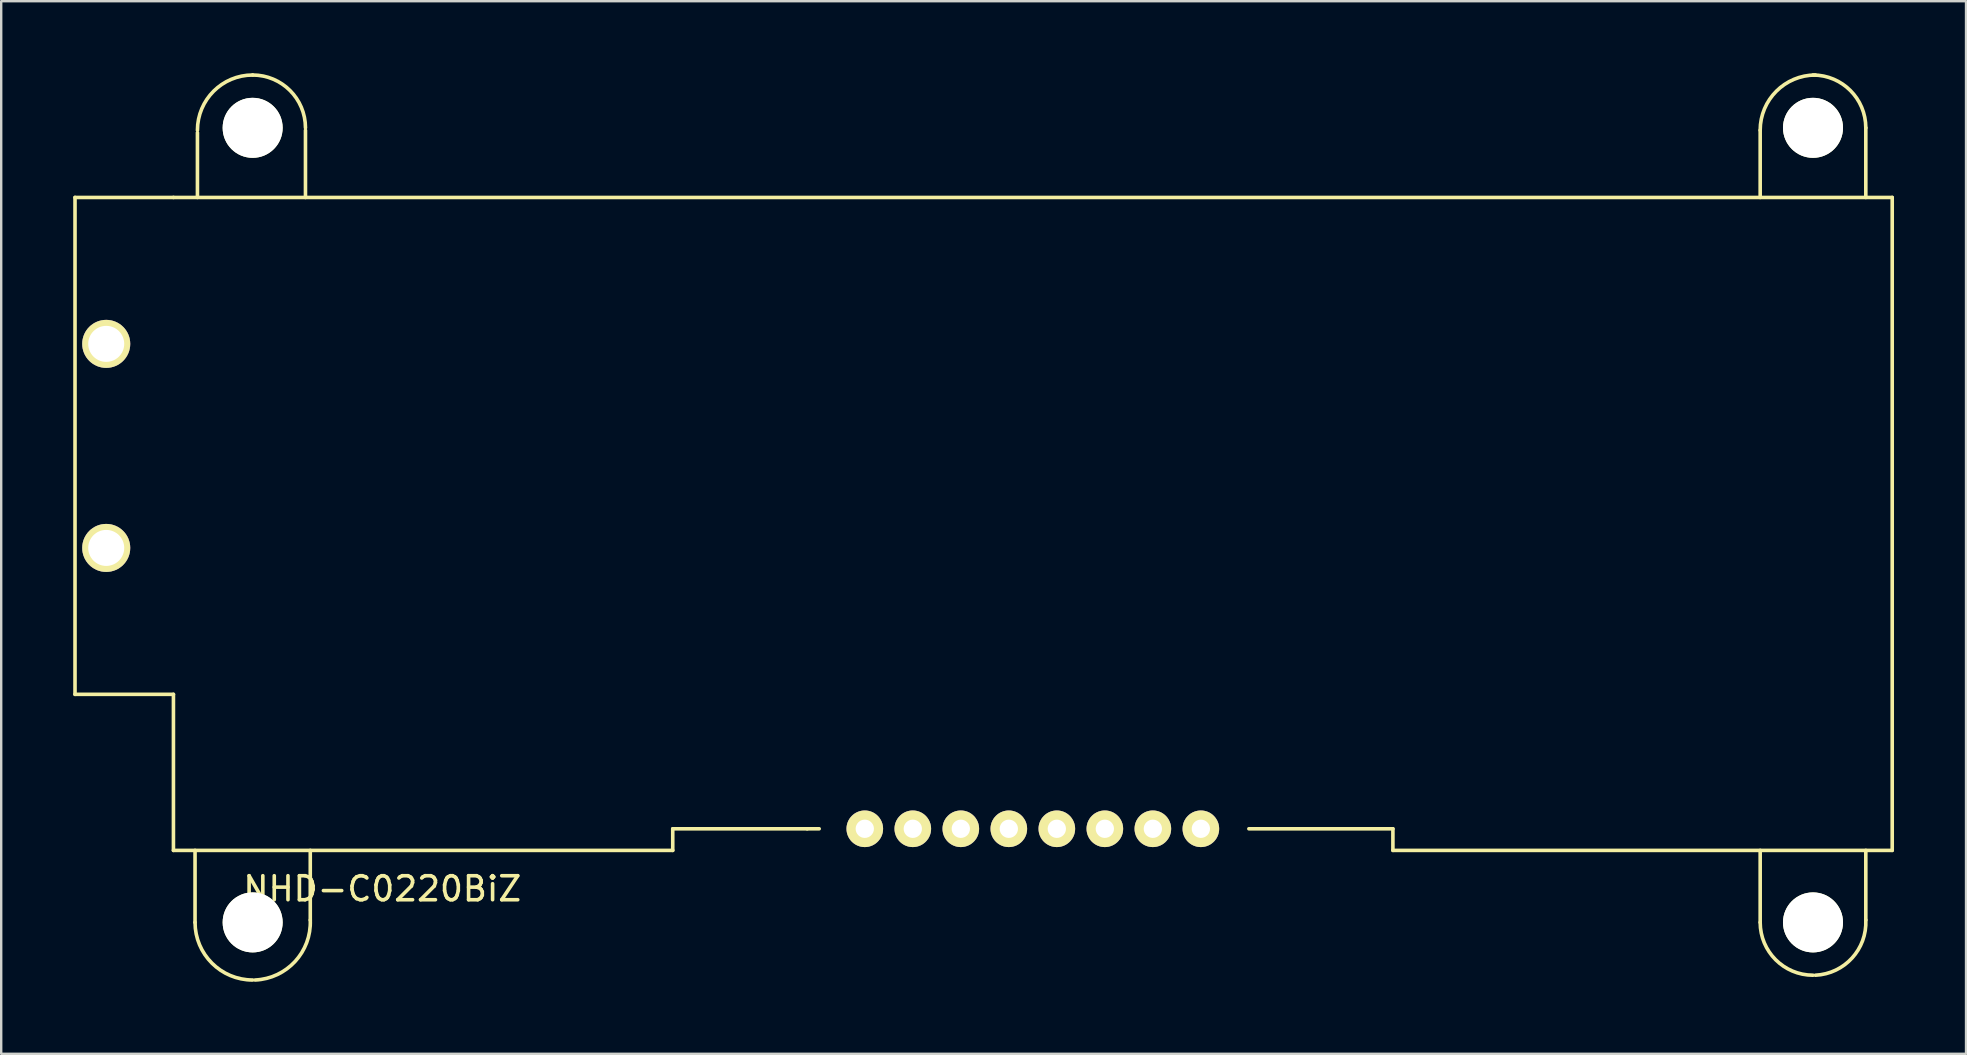
<source format=kicad_pcb>
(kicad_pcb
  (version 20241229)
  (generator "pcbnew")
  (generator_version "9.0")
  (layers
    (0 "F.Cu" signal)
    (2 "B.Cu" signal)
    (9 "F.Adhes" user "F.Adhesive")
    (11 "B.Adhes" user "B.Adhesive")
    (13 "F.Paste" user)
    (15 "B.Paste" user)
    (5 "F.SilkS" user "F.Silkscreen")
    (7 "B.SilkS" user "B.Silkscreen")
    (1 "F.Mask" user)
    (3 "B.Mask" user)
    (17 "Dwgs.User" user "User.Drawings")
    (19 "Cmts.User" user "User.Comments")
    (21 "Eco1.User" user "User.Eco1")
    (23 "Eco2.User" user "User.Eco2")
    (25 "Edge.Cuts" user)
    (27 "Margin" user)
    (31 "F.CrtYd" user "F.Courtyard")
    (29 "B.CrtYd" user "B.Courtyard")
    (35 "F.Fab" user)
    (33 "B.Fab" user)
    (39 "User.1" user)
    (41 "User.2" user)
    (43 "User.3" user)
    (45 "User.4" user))
  (footprint "NHD-C0220BiZ"
    (layer "F.Cu")
    (at 39.975 31.475)
    (property "Reference" "NHD-C0220BiZ" (at -27.1 2.5 0) (layer "F.SilkS") (effects (font (size 1 1) (thickness 0.15))))
    (attr through_hole)
    (fp_line (start -39.9 -26.3) (end -39.9 -5.6) (stroke (width 0.15) (type solid)) (layer "F.SilkS"))
    (fp_line (start -39.9 -5.6) (end -35.8 -5.6) (stroke (width 0.15) (type solid)) (layer "F.SilkS"))
    (fp_line (start -35.8 -26.3) (end -39.9 -26.3) (stroke (width 0.15) (type solid)) (layer "F.SilkS"))
    (fp_line (start -35.8 -26.3) (end 35.8 -26.3) (stroke (width 0.15) (type solid)) (layer "F.SilkS"))
    (fp_line (start -35.8 -5.6) (end -35.8 0.9) (stroke (width 0.15) (type solid)) (layer "F.SilkS"))
    (fp_line (start -34.9 3.9) (end -34.9 0.9) (stroke (width 0.15) (type solid)) (layer "F.SilkS"))
    (fp_line (start -34.8 -29) (end -34.8 -26.3) (stroke (width 0.15) (type solid)) (layer "F.SilkS"))
    (fp_line (start -30.3 -29.1) (end -30.3 -26.3) (stroke (width 0.15) (type solid)) (layer "F.SilkS"))
    (fp_line (start -30.1 3.8) (end -30.1 0.9) (stroke (width 0.15) (type solid)) (layer "F.SilkS"))
    (fp_line (start -15 0) (end -9.4 0) (stroke (width 0.15) (type solid)) (layer "F.SilkS"))
    (fp_line (start -15 0.9) (end -35.8 0.9) (stroke (width 0.15) (type solid)) (layer "F.SilkS"))
    (fp_line (start -15 0.9) (end -15 0) (stroke (width 0.15) (type solid)) (layer "F.SilkS"))
    (fp_line (start -9.4 0) (end -8.9 0) (stroke (width 0.15) (type solid)) (layer "F.SilkS"))
    (fp_line (start 9 0) (end 15 0) (stroke (width 0.15) (type solid)) (layer "F.SilkS"))
    (fp_line (start 15 0) (end 15 0.9) (stroke (width 0.15) (type solid)) (layer "F.SilkS"))
    (fp_line (start 30.3 -29.1) (end 30.3 -26.3) (stroke (width 0.15) (type solid)) (layer "F.SilkS"))
    (fp_line (start 30.3 3.9) (end 30.3 0.9) (stroke (width 0.15) (type solid)) (layer "F.SilkS"))
    (fp_line (start 34.7 -29.2) (end 34.7 -26.3) (stroke (width 0.15) (type solid)) (layer "F.SilkS"))
    (fp_line (start 34.7 3.8) (end 34.7 0.9) (stroke (width 0.15) (type solid)) (layer "F.SilkS"))
    (fp_line (start 35.8 -26.3) (end 35.8 0.9) (stroke (width 0.15) (type solid)) (layer "F.SilkS"))
    (fp_line (start 35.8 0.9) (end 15 0.9) (stroke (width 0.15) (type solid)) (layer "F.SilkS"))
    (fp_arc (start -34.8 -29.1) (mid -34.126346 -30.726346) (end -32.5 -31.4) (stroke (width 0.15) (type solid)) (layer "F.SilkS"))
    (fp_arc (start -32.5 -31.4) (mid -30.944365 -30.755635) (end -30.3 -29.2) (stroke (width 0.15) (type solid)) (layer "F.SilkS"))
    (fp_arc (start -32.5 6.3) (mid -34.197056 5.597056) (end -34.9 3.9) (stroke (width 0.15) (type solid)) (layer "F.SilkS"))
    (fp_arc (start -30.1 3.8) (mid -30.732233 5.526346) (end -32.4 6.3) (stroke (width 0.15) (type solid)) (layer "F.SilkS"))
    (fp_arc (start 30.3 -29.1) (mid 30.973654 -30.726346) (end 32.6 -31.4) (stroke (width 0.15) (type solid)) (layer "F.SilkS"))
    (fp_arc (start 32.5 -31.4) (mid 34.055635 -30.755635) (end 34.7 -29.2) (stroke (width 0.15) (type solid)) (layer "F.SilkS"))
    (fp_arc (start 32.5 6.1) (mid 30.944365 5.455635) (end 30.3 3.9) (stroke (width 0.15) (type solid)) (layer "F.SilkS"))
    (fp_arc (start 34.7 3.8) (mid 34.126346 5.384924) (end 32.6 6.1) (stroke (width 0.15) (type solid)) (layer "F.SilkS"))
    (pad "" np_thru_hole circle (at -32.5 -29.2) (size 2.5 2.5) (drill 2.5) (layers "*.Cu" "*.Mask" "F.SilkS"))
    (pad "" np_thru_hole circle (at -32.5 3.9) (size 2.5 2.5) (drill 2.5) (layers "*.Cu" "*.Mask" "F.SilkS"))
    (pad "" np_thru_hole circle (at 32.5 -29.2) (size 2.5 2.5) (drill 2.5) (layers "*.Cu" "*.Mask" "F.SilkS"))
    (pad "" np_thru_hole circle (at 32.5 3.9) (size 2.5 2.5) (drill 2.5) (layers "*.Cu" "*.Mask" "F.SilkS"))
    (pad "1" thru_hole circle (at 7 0) (size 1.524 1.524) (drill 0.762) (layers "*.Cu" "*.Mask" "F.SilkS"))
    (pad "2" thru_hole circle (at 5 0) (size 1.524 1.524) (drill 0.762) (layers "*.Cu" "*.Mask" "F.SilkS"))
    (pad "3" thru_hole circle (at 3 0) (size 1.524 1.524) (drill 0.762) (layers "*.Cu" "*.Mask" "F.SilkS"))
    (pad "4" thru_hole circle (at 1 0) (size 1.524 1.524) (drill 0.762) (layers "*.Cu" "*.Mask" "F.SilkS"))
    (pad "5" thru_hole circle (at -1 0) (size 1.524 1.524) (drill 0.762) (layers "*.Cu" "*.Mask" "F.SilkS"))
    (pad "6" thru_hole circle (at -3 0) (size 1.524 1.524) (drill 0.762) (layers "*.Cu" "*.Mask" "F.SilkS"))
    (pad "7" thru_hole circle (at -5 0) (size 1.524 1.524) (drill 0.762) (layers "*.Cu" "*.Mask" "F.SilkS"))
    (pad "8" thru_hole circle (at -7 0) (size 1.524 1.524) (drill 0.762) (layers "*.Cu" "*.Mask" "F.SilkS"))
    (pad "9" thru_hole circle (at -38.6 -11.7) (size 2 2) (drill 1.5) (layers "*.Cu" "*.Mask" "F.SilkS"))
    (pad "10" thru_hole circle (at -38.6 -20.2) (size 2 2) (drill 1.5) (layers "*.Cu" "*.Mask" "F.SilkS")))
  (gr_rect
    (start -3 -3)
    (end 78.85 40.85)
    (stroke (width 0.1) (type default))
    (fill no)
    (layer "Edge.Cuts")))
</source>
